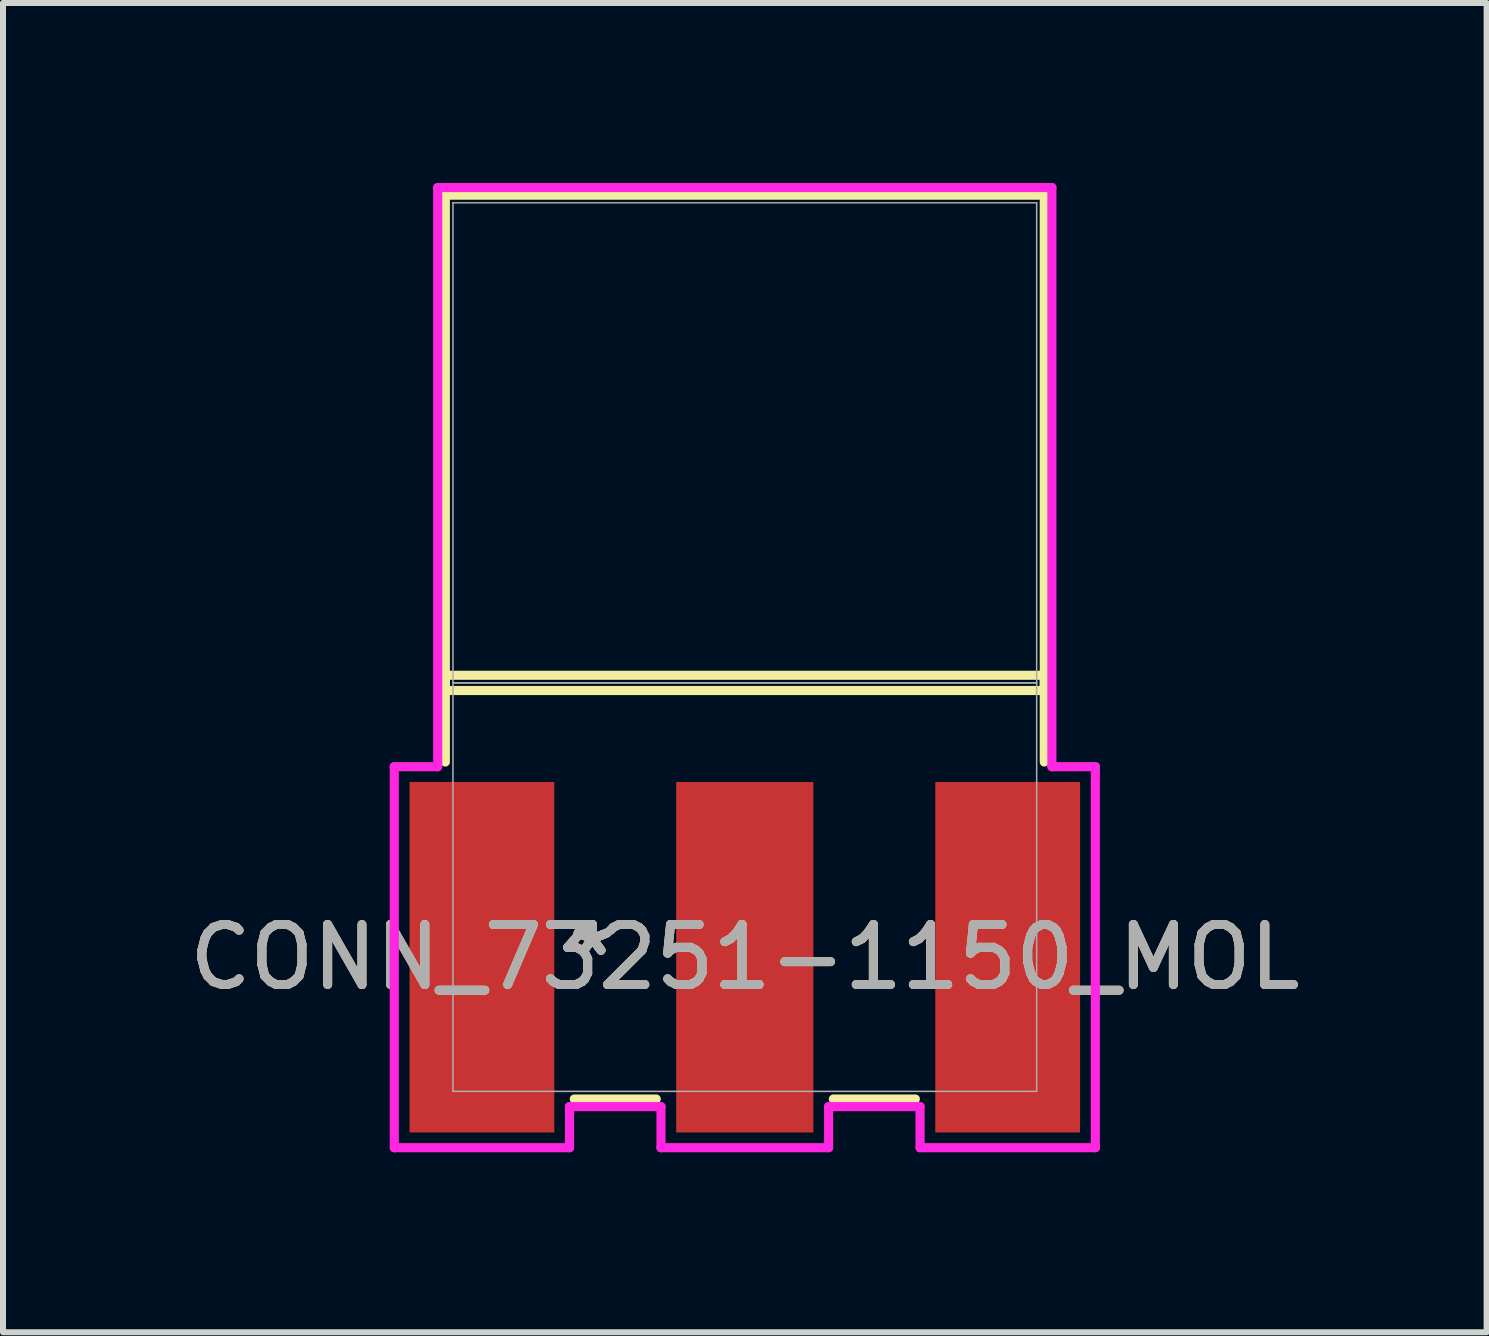
<source format=kicad_pcb>
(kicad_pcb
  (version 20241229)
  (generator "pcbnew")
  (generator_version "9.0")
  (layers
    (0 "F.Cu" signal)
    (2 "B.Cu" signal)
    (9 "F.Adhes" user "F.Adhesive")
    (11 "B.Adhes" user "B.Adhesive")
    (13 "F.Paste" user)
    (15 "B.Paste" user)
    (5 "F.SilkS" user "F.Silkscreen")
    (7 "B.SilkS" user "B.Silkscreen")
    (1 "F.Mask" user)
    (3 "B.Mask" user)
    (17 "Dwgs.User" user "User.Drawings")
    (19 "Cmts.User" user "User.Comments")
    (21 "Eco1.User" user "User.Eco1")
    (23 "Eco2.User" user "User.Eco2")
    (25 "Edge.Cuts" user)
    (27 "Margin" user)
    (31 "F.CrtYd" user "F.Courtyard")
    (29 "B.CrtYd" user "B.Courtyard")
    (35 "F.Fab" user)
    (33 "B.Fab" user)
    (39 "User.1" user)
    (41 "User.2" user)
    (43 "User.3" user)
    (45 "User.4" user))
  (footprint "CONN_73251-1150_MOL"
    (layer "F.Cu")
    (at 9.363 11.735)
    (property "Reference" "CONN_73251-1150_MOL" (at 0 1.168 0) (unlocked yes) (layer "F.SilkS") (effects (font (size 1 1) (thickness 0.15))))
    (attr smd)
    (fp_line (start -4.991 -11.532) (end -4.991 -3.277) (stroke (width 0.152) (type solid)) (layer "F.SilkS"))
    (fp_line (start -4.991 -3.531) (end -4.991 -2.085) (stroke (width 0.152) (type solid)) (layer "F.SilkS"))
    (fp_line (start -4.991 -3.277) (end 4.991 -3.277) (stroke (width 0.152) (type solid)) (layer "F.SilkS"))
    (fp_line (start -2.842 3.531) (end -1.476 3.531) (stroke (width 0.152) (type solid)) (layer "F.SilkS"))
    (fp_line (start 1.476 3.531) (end 2.842 3.531) (stroke (width 0.152) (type solid)) (layer "F.SilkS"))
    (fp_line (start 4.991 -11.532) (end -4.991 -11.532) (stroke (width 0.152) (type solid)) (layer "F.SilkS"))
    (fp_line (start 4.991 -3.531) (end -4.991 -3.531) (stroke (width 0.152) (type solid)) (layer "F.SilkS"))
    (fp_line (start 4.991 -3.277) (end 4.991 -11.532) (stroke (width 0.152) (type solid)) (layer "F.SilkS"))
    (fp_line (start 4.991 -2.085) (end 4.991 -3.531) (stroke (width 0.152) (type solid)) (layer "F.SilkS"))
    (fp_line (start -5.842 -2.007) (end -5.842 4.343) (stroke (width 0.152) (type solid)) (layer "F.CrtYd"))
    (fp_line (start -5.842 4.343) (end -2.921 4.343) (stroke (width 0.152) (type solid)) (layer "F.CrtYd"))
    (fp_line (start -5.118 -11.659) (end -5.118 -2.007) (stroke (width 0.152) (type solid)) (layer "F.CrtYd"))
    (fp_line (start -5.118 -2.007) (end -5.842 -2.007) (stroke (width 0.152) (type solid)) (layer "F.CrtYd"))
    (fp_line (start -2.921 3.658) (end -1.397 3.658) (stroke (width 0.152) (type solid)) (layer "F.CrtYd"))
    (fp_line (start -2.921 4.343) (end -2.921 3.658) (stroke (width 0.152) (type solid)) (layer "F.CrtYd"))
    (fp_line (start -1.397 3.658) (end -1.397 4.343) (stroke (width 0.152) (type solid)) (layer "F.CrtYd"))
    (fp_line (start -1.397 4.343) (end 1.397 4.343) (stroke (width 0.152) (type solid)) (layer "F.CrtYd"))
    (fp_line (start 1.397 3.658) (end 2.921 3.658) (stroke (width 0.152) (type solid)) (layer "F.CrtYd"))
    (fp_line (start 1.397 4.343) (end 1.397 3.658) (stroke (width 0.152) (type solid)) (layer "F.CrtYd"))
    (fp_line (start 2.921 3.658) (end 2.921 4.343) (stroke (width 0.152) (type solid)) (layer "F.CrtYd"))
    (fp_line (start 2.921 4.343) (end 5.842 4.343) (stroke (width 0.152) (type solid)) (layer "F.CrtYd"))
    (fp_line (start 5.118 -11.659) (end -5.118 -11.659) (stroke (width 0.152) (type solid)) (layer "F.CrtYd"))
    (fp_line (start 5.118 -2.007) (end 5.118 -11.659) (stroke (width 0.152) (type solid)) (layer "F.CrtYd"))
    (fp_line (start 5.842 -2.007) (end 5.118 -2.007) (stroke (width 0.152) (type solid)) (layer "F.CrtYd"))
    (fp_line (start 5.842 4.343) (end 5.842 -2.007) (stroke (width 0.152) (type solid)) (layer "F.CrtYd"))
    (fp_line (start -4.864 -11.405) (end -4.864 -3.404) (stroke (width 0.025) (type solid)) (layer "F.Fab"))
    (fp_line (start -4.864 -3.404) (end -4.864 3.404) (stroke (width 0.025) (type solid)) (layer "F.Fab"))
    (fp_line (start -4.864 -3.404) (end 4.864 -3.404) (stroke (width 0.025) (type solid)) (layer "F.Fab"))
    (fp_line (start -4.864 3.404) (end 4.864 3.404) (stroke (width 0.025) (type solid)) (layer "F.Fab"))
    (fp_line (start 4.864 -11.405) (end -4.864 -11.405) (stroke (width 0.025) (type solid)) (layer "F.Fab"))
    (fp_line (start 4.864 -3.404) (end -4.864 -3.404) (stroke (width 0.025) (type solid)) (layer "F.Fab"))
    (fp_line (start 4.864 -3.404) (end 4.864 -11.405) (stroke (width 0.025) (type solid)) (layer "F.Fab"))
    (fp_line (start 4.864 3.404) (end 4.864 -3.404) (stroke (width 0.025) (type solid)) (layer "F.Fab"))
    (fp_text user "*" (at -2.54 1.168 0) (layer "F.SilkS") (effects (font (size 1 1) (thickness 0.15))))
    (fp_text user "*" (at -2.54 1.168 0) (unlocked yes) (layer "F.SilkS") (effects (font (size 1 1) (thickness 0.15))))
    (fp_text user "${REFERENCE}" (at 0 1.168 0) (unlocked yes) (layer "F.Fab") (effects (font (size 1 1) (thickness 0.15))))
    (fp_text user "*" (at -2.54 1.168 0) (unlocked yes) (layer "F.Fab") (effects (font (size 1 1) (thickness 0.15))))
    (fp_text user "*" (at -2.54 1.168 0) (layer "F.Fab") (effects (font (size 1 1) (thickness 0.15))))
    (pad "1" smd rect (at 0 1.168) (size 2.286 5.842) (layers "F.Cu" "F.Mask" "F.Paste"))
    (pad "2" smd rect (at -4.381 1.168) (size 2.413 5.842) (layers "F.Cu" "F.Mask" "F.Paste"))
    (pad "3" smd rect (at 4.381 1.168) (size 2.413 5.842) (layers "F.Cu" "F.Mask" "F.Paste")))
  (gr_rect
    (start -3 -3)
    (end 21.726 19.154)
    (stroke (width 0.1) (type default))
    (fill no)
    (layer "Edge.Cuts")))
</source>
